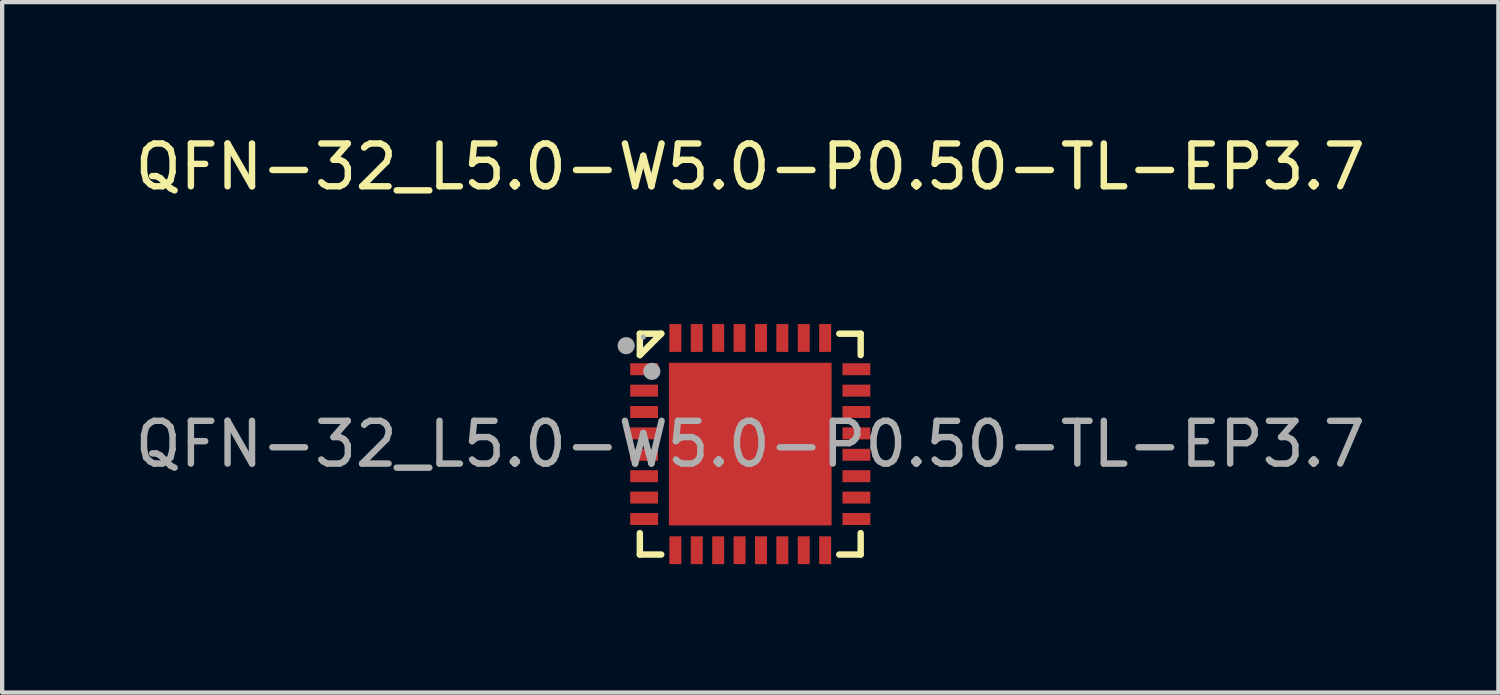
<source format=kicad_pcb>
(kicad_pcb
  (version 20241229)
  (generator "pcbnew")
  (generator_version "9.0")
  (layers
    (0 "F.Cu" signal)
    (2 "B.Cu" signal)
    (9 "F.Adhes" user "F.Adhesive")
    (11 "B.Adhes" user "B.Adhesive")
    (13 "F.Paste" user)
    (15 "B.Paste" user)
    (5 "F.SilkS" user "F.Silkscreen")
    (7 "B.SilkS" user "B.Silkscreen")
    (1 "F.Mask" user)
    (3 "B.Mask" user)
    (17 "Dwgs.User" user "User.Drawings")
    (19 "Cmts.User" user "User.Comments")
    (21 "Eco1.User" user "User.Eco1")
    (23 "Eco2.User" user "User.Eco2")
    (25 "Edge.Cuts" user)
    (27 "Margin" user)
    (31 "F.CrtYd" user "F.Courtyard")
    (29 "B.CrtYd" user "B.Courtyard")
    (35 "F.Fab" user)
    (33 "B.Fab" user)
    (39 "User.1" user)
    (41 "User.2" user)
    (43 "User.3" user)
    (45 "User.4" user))
  (footprint "QFN-32_L5.0-W5.0-P0.50-TL-EP3.7"
    (layer "F.Cu")
    (at 14.482 7.328)
    (property "Reference" "QFN-32_L5.0-W5.0-P0.50-TL-EP3.7" (at 0 -6.48 0) (layer "F.SilkS") (effects (font (size 1 1) (thickness 0.15))))
    (attr smd)
    (fp_line (start -2.58 -2.58) (end -2.58 -2.08) (stroke (width 0.15) (type solid)) (layer "F.SilkS"))
    (fp_line (start -2.58 2.58) (end -2.58 2.08) (stroke (width 0.15) (type solid)) (layer "F.SilkS"))
    (fp_line (start -2.08 -2.58) (end -2.58 -2.58) (stroke (width 0.15) (type solid)) (layer "F.SilkS"))
    (fp_line (start -2.08 -2.58) (end -2.58 -2.08) (stroke (width 0.15) (type solid)) (layer "F.SilkS"))
    (fp_line (start -2.08 2.58) (end -2.58 2.58) (stroke (width 0.15) (type solid)) (layer "F.SilkS"))
    (fp_line (start 2.08 -2.58) (end 2.58 -2.58) (stroke (width 0.15) (type solid)) (layer "F.SilkS"))
    (fp_line (start 2.08 2.58) (end 2.58 2.58) (stroke (width 0.15) (type solid)) (layer "F.SilkS"))
    (fp_line (start 2.58 -2.58) (end 2.58 -2.08) (stroke (width 0.15) (type solid)) (layer "F.SilkS"))
    (fp_line (start 2.58 2.58) (end 2.58 2.08) (stroke (width 0.15) (type solid)) (layer "F.SilkS"))
    (fp_circle (center -2.9 -2.3) (end -2.8 -2.3) (stroke (width 0.2) (type solid)) (fill no) (layer "F.Fab"))
    (fp_circle (center -2.5 -2.5) (end -2.47 -2.5) (stroke (width 0.06) (type solid)) (fill no) (layer "F.Fab"))
    (fp_circle (center -2.3 -1.7) (end -2.2 -1.7) (stroke (width 0.2) (type solid)) (fill no) (layer "F.Fab"))
    (fp_text user "${REFERENCE}" (at 0 0 0) (layer "F.Fab") (effects (font (size 1 1) (thickness 0.15))))
    (pad "1" smd rect (at -2.48 -1.75) (size 0.65 0.28) (layers "F.Cu" "F.Mask" "F.Paste"))
    (pad "2" smd rect (at -2.48 -1.25) (size 0.65 0.28) (layers "F.Cu" "F.Mask" "F.Paste"))
    (pad "3" smd rect (at -2.48 -0.75) (size 0.65 0.28) (layers "F.Cu" "F.Mask" "F.Paste"))
    (pad "4" smd rect (at -2.48 -0.25) (size 0.65 0.28) (layers "F.Cu" "F.Mask" "F.Paste"))
    (pad "5" smd rect (at -2.48 0.25) (size 0.65 0.28) (layers "F.Cu" "F.Mask" "F.Paste"))
    (pad "6" smd rect (at -2.48 0.75) (size 0.65 0.28) (layers "F.Cu" "F.Mask" "F.Paste"))
    (pad "7" smd rect (at -2.48 1.25) (size 0.65 0.28) (layers "F.Cu" "F.Mask" "F.Paste"))
    (pad "8" smd rect (at -2.48 1.75) (size 0.65 0.28) (layers "F.Cu" "F.Mask" "F.Paste"))
    (pad "9" smd rect (at -1.75 2.48) (size 0.28 0.65) (layers "F.Cu" "F.Mask" "F.Paste"))
    (pad "10" smd rect (at -1.25 2.48) (size 0.28 0.65) (layers "F.Cu" "F.Mask" "F.Paste"))
    (pad "11" smd rect (at -0.75 2.48) (size 0.28 0.65) (layers "F.Cu" "F.Mask" "F.Paste"))
    (pad "12" smd rect (at -0.25 2.48) (size 0.28 0.65) (layers "F.Cu" "F.Mask" "F.Paste"))
    (pad "13" smd rect (at 0.25 2.48) (size 0.28 0.65) (layers "F.Cu" "F.Mask" "F.Paste"))
    (pad "14" smd rect (at 0.75 2.48) (size 0.28 0.65) (layers "F.Cu" "F.Mask" "F.Paste"))
    (pad "15" smd rect (at 1.25 2.48) (size 0.28 0.65) (layers "F.Cu" "F.Mask" "F.Paste"))
    (pad "16" smd rect (at 1.75 2.48) (size 0.28 0.65) (layers "F.Cu" "F.Mask" "F.Paste"))
    (pad "17" smd rect (at 2.48 1.75) (size 0.65 0.28) (layers "F.Cu" "F.Mask" "F.Paste"))
    (pad "18" smd rect (at 2.48 1.25) (size 0.65 0.28) (layers "F.Cu" "F.Mask" "F.Paste"))
    (pad "19" smd rect (at 2.48 0.75) (size 0.65 0.28) (layers "F.Cu" "F.Mask" "F.Paste"))
    (pad "20" smd rect (at 2.48 0.25) (size 0.65 0.28) (layers "F.Cu" "F.Mask" "F.Paste"))
    (pad "21" smd rect (at 2.48 -0.25) (size 0.65 0.28) (layers "F.Cu" "F.Mask" "F.Paste"))
    (pad "22" smd rect (at 2.48 -0.75) (size 0.65 0.28) (layers "F.Cu" "F.Mask" "F.Paste"))
    (pad "23" smd rect (at 2.48 -1.25) (size 0.65 0.28) (layers "F.Cu" "F.Mask" "F.Paste"))
    (pad "24" smd rect (at 2.48 -1.75) (size 0.65 0.28) (layers "F.Cu" "F.Mask" "F.Paste"))
    (pad "25" smd rect (at 1.75 -2.48) (size 0.28 0.65) (layers "F.Cu" "F.Mask" "F.Paste"))
    (pad "26" smd rect (at 1.25 -2.48) (size 0.28 0.65) (layers "F.Cu" "F.Mask" "F.Paste"))
    (pad "27" smd rect (at 0.75 -2.48) (size 0.28 0.65) (layers "F.Cu" "F.Mask" "F.Paste"))
    (pad "28" smd rect (at 0.25 -2.48) (size 0.28 0.65) (layers "F.Cu" "F.Mask" "F.Paste"))
    (pad "29" smd rect (at -0.25 -2.48) (size 0.28 0.65) (layers "F.Cu" "F.Mask" "F.Paste"))
    (pad "30" smd rect (at -0.75 -2.48) (size 0.28 0.65) (layers "F.Cu" "F.Mask" "F.Paste"))
    (pad "31" smd rect (at -1.25 -2.48) (size 0.28 0.65) (layers "F.Cu" "F.Mask" "F.Paste"))
    (pad "32" smd rect (at -1.75 -2.48) (size 0.28 0.65) (layers "F.Cu" "F.Mask" "F.Paste"))
    (pad "33" smd rect (at 0 0) (size 3.8 3.8) (layers "F.Cu" "F.Mask" "F.Paste")))
  (gr_rect
    (start -3 -3)
    (end 31.964 13.133)
    (stroke (width 0.1) (type default))
    (fill no)
    (layer "Edge.Cuts")))
</source>
